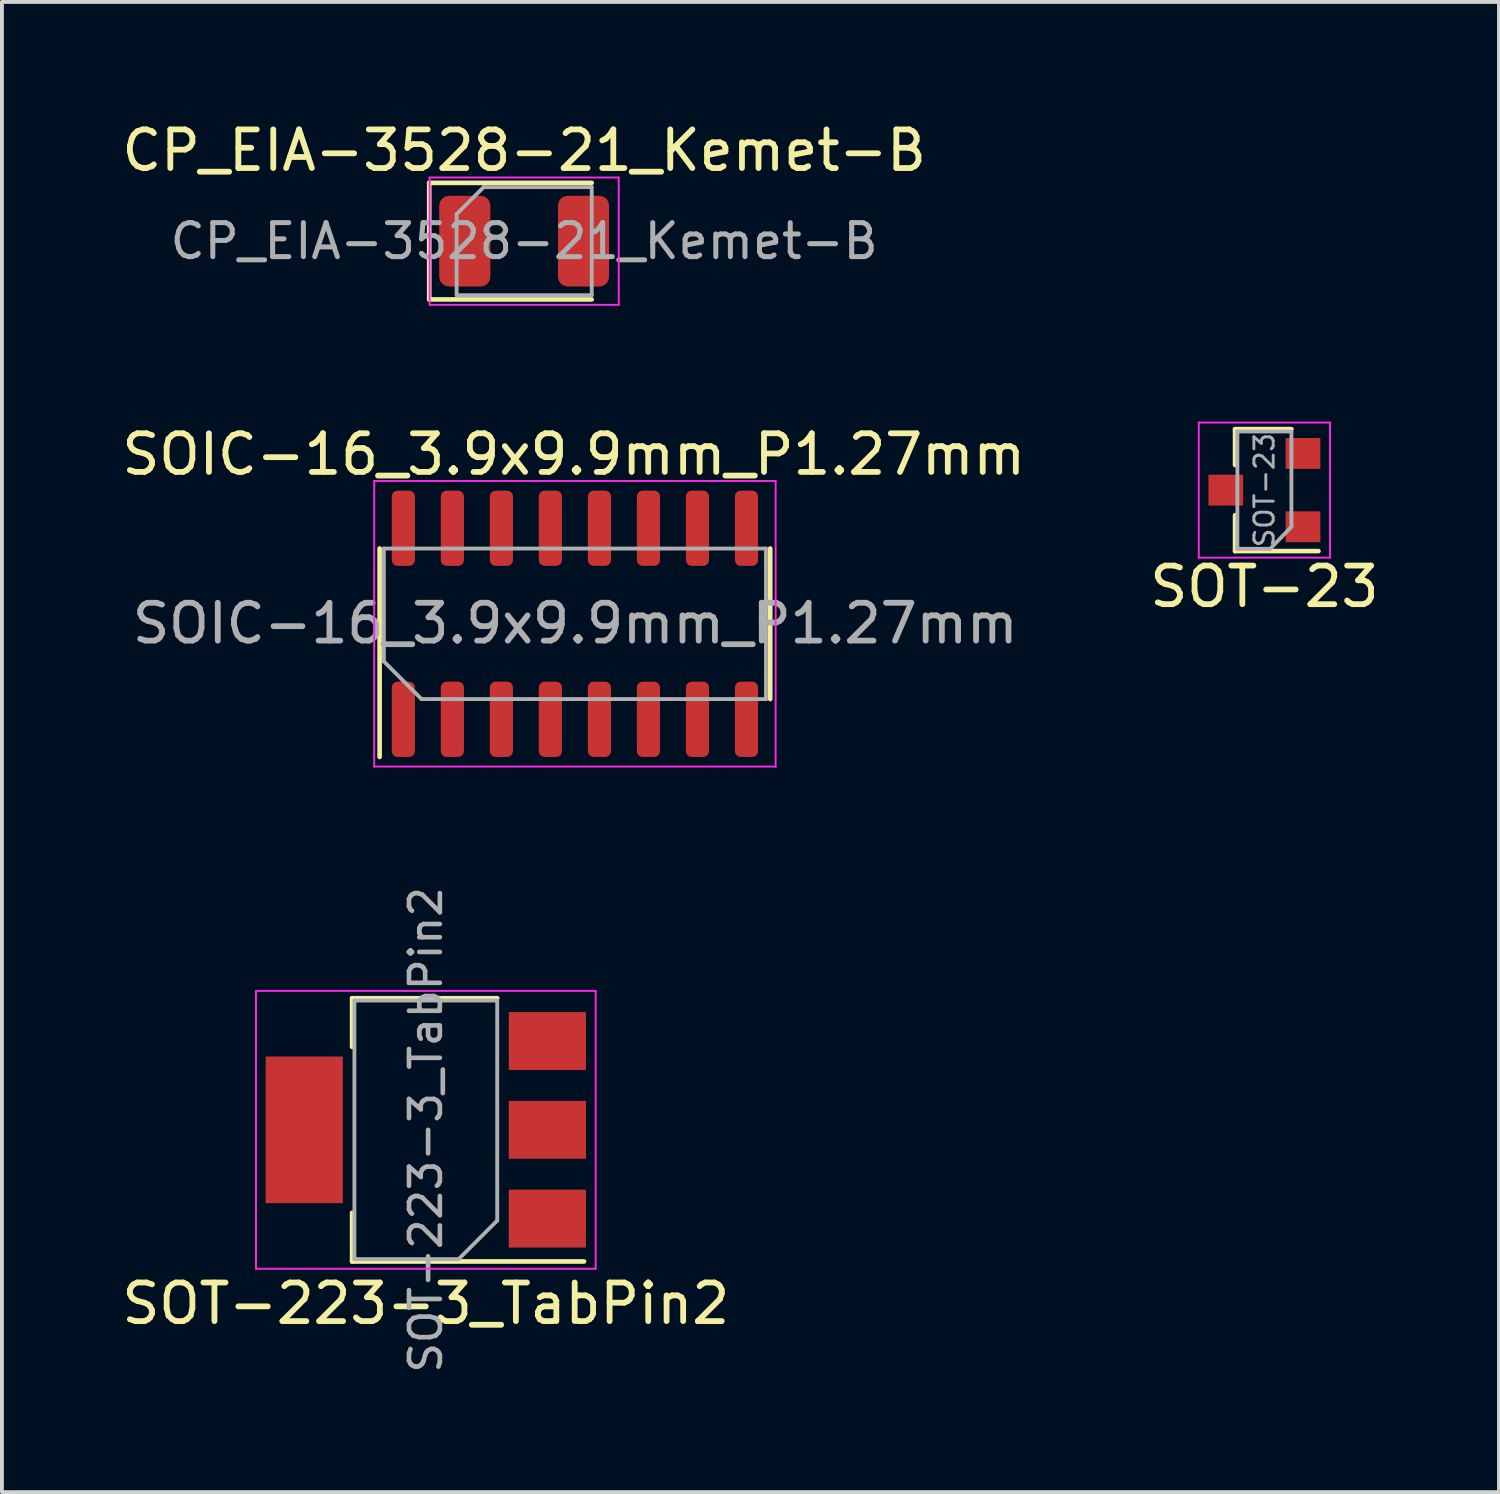
<source format=kicad_pcb>
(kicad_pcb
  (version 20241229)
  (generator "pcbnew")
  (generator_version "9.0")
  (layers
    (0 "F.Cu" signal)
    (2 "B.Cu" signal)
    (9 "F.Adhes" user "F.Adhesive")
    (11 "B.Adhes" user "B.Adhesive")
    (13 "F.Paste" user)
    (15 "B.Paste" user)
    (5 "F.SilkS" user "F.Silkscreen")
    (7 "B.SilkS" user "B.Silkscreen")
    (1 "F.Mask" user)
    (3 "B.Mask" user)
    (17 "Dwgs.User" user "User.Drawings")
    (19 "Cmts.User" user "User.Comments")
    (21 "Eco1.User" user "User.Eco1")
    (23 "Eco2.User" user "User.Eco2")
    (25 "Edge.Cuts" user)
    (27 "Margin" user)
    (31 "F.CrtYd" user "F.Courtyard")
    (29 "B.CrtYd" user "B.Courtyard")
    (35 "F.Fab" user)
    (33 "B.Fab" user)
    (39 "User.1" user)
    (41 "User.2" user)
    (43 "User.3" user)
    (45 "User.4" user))
  (footprint "SOT-223-3_TabPin2"
    (layer "F.Cu")
    (at 7.982 26.222)
    (property "Reference" "SOT-223-3_TabPin2" (at 0 4.5 180) (layer "F.SilkS") (effects (font (size 1 1) (thickness 0.15))))
    (attr smd)
    (fp_line (start -1.91 -3.41) (end -1.91 -2.15) (stroke (width 0.12) (type solid)) (layer "F.SilkS"))
    (fp_line (start -1.91 3.41) (end -1.91 2.15) (stroke (width 0.12) (type solid)) (layer "F.SilkS"))
    (fp_line (start 1.85 -3.41) (end -1.91 -3.41) (stroke (width 0.12) (type solid)) (layer "F.SilkS"))
    (fp_line (start 4.1 3.41) (end -1.91 3.41) (stroke (width 0.12) (type solid)) (layer "F.SilkS"))
    (fp_line (start -4.4 -3.6) (end -4.4 3.6) (stroke (width 0.05) (type solid)) (layer "F.CrtYd"))
    (fp_line (start -4.4 3.6) (end 4.4 3.6) (stroke (width 0.05) (type solid)) (layer "F.CrtYd"))
    (fp_line (start 4.4 -3.6) (end -4.4 -3.6) (stroke (width 0.05) (type solid)) (layer "F.CrtYd"))
    (fp_line (start 4.4 3.6) (end 4.4 -3.6) (stroke (width 0.05) (type solid)) (layer "F.CrtYd"))
    (fp_line (start -1.85 3.35) (end -1.85 -3.35) (stroke (width 0.1) (type solid)) (layer "F.Fab"))
    (fp_line (start 0.85 3.35) (end -1.85 3.35) (stroke (width 0.1) (type solid)) (layer "F.Fab"))
    (fp_line (start 1.85 -3.35) (end -1.85 -3.35) (stroke (width 0.1) (type solid)) (layer "F.Fab"))
    (fp_line (start 1.85 2.35) (end 0.85 3.35) (stroke (width 0.1) (type solid)) (layer "F.Fab"))
    (fp_line (start 1.85 2.35) (end 1.85 -3.35) (stroke (width 0.1) (type solid)) (layer "F.Fab"))
    (fp_text user "${REFERENCE}" (at 0 0 270) (layer "F.Fab") (effects (font (size 0.8 0.8) (thickness 0.12))))
    (pad "1" smd rect (at 3.15 2.3 180) (size 2 1.5) (layers "F.Cu" "F.Mask" "F.Paste"))
    (pad "2" smd rect (at -3.15 0 180) (size 2 3.8) (layers "F.Cu" "F.Mask" "F.Paste"))
    (pad "2" smd rect (at 3.15 0 180) (size 2 1.5) (layers "F.Cu" "F.Mask" "F.Paste"))
    (pad "3" smd rect (at 3.15 -2.3 180) (size 2 1.5) (layers "F.Cu" "F.Mask" "F.Paste")))
  (footprint "SOT-23"
    (layer "F.Cu")
    (at 29.708 9.648)
    (property "Reference" "SOT-23" (at 0 2.5 180) (layer "F.SilkS") (effects (font (size 1 1) (thickness 0.15))))
    (attr smd)
    (fp_line (start -0.76 -1.58) (end -0.76 -0.65) (stroke (width 0.12) (type solid)) (layer "F.SilkS"))
    (fp_line (start -0.76 -1.58) (end 0.7 -1.58) (stroke (width 0.12) (type solid)) (layer "F.SilkS"))
    (fp_line (start -0.76 1.58) (end -0.76 0.65) (stroke (width 0.12) (type solid)) (layer "F.SilkS"))
    (fp_line (start -0.76 1.58) (end 1.4 1.58) (stroke (width 0.12) (type solid)) (layer "F.SilkS"))
    (fp_line (start -1.7 -1.75) (end 1.7 -1.75) (stroke (width 0.05) (type solid)) (layer "F.CrtYd"))
    (fp_line (start -1.7 1.75) (end -1.7 -1.75) (stroke (width 0.05) (type solid)) (layer "F.CrtYd"))
    (fp_line (start 1.7 -1.75) (end 1.7 1.75) (stroke (width 0.05) (type solid)) (layer "F.CrtYd"))
    (fp_line (start 1.7 1.75) (end -1.7 1.75) (stroke (width 0.05) (type solid)) (layer "F.CrtYd"))
    (fp_line (start -0.7 1.52) (end -0.7 -1.52) (stroke (width 0.1) (type solid)) (layer "F.Fab"))
    (fp_line (start 0.15 1.52) (end -0.7 1.52) (stroke (width 0.1) (type solid)) (layer "F.Fab"))
    (fp_line (start 0.7 -1.52) (end -0.7 -1.52) (stroke (width 0.1) (type solid)) (layer "F.Fab"))
    (fp_line (start 0.7 0.95) (end 0.15 1.52) (stroke (width 0.1) (type solid)) (layer "F.Fab"))
    (fp_line (start 0.7 0.95) (end 0.7 -1.5) (stroke (width 0.1) (type solid)) (layer "F.Fab"))
    (fp_text user "${REFERENCE}" (at 0 0 270) (layer "F.Fab") (effects (font (size 0.5 0.5) (thickness 0.075))))
    (pad "1" smd rect (at 1 0.95 180) (size 0.9 0.8) (layers "F.Cu" "F.Mask" "F.Paste"))
    (pad "2" smd rect (at 1 -0.95 180) (size 0.9 0.8) (layers "F.Cu" "F.Mask" "F.Paste"))
    (pad "3" smd rect (at -1 0 180) (size 0.9 0.8) (layers "F.Cu" "F.Mask" "F.Paste")))
  (footprint "SOIC-16_3.9x9.9mm_P1.27mm"
    (layer "F.Cu")
    (at 11.845 13.111)
    (property "Reference" "SOIC-16_3.9x9.9mm_P1.27mm" (at -0.03 -4.39 180) (layer "F.SilkS") (effects (font (size 1 1) (thickness 0.15))))
    (attr smd)
    (fp_line (start -5.06 0) (end -5.06 -1.95) (stroke (width 0.12) (type solid)) (layer "F.SilkS"))
    (fp_line (start -5.06 0) (end -5.06 3.45) (stroke (width 0.12) (type solid)) (layer "F.SilkS"))
    (fp_line (start 5.06 0) (end 5.06 -1.95) (stroke (width 0.12) (type solid)) (layer "F.SilkS"))
    (fp_line (start 5.06 0) (end 5.06 1.95) (stroke (width 0.12) (type solid)) (layer "F.SilkS"))
    (fp_line (start -5.2 -3.7) (end -5.2 3.7) (stroke (width 0.05) (type solid)) (layer "F.CrtYd"))
    (fp_line (start -5.2 3.7) (end 5.2 3.7) (stroke (width 0.05) (type solid)) (layer "F.CrtYd"))
    (fp_line (start 5.2 -3.7) (end -5.2 -3.7) (stroke (width 0.05) (type solid)) (layer "F.CrtYd"))
    (fp_line (start 5.2 3.7) (end 5.2 -3.7) (stroke (width 0.05) (type solid)) (layer "F.CrtYd"))
    (fp_line (start -4.95 -1.95) (end 4.95 -1.95) (stroke (width 0.1) (type solid)) (layer "F.Fab"))
    (fp_line (start -4.95 0.975) (end -4.95 -1.95) (stroke (width 0.1) (type solid)) (layer "F.Fab"))
    (fp_line (start -3.975 1.95) (end -4.95 0.975) (stroke (width 0.1) (type solid)) (layer "F.Fab"))
    (fp_line (start 4.95 -1.95) (end 4.95 1.95) (stroke (width 0.1) (type solid)) (layer "F.Fab"))
    (fp_line (start 4.95 1.95) (end -3.975 1.95) (stroke (width 0.1) (type solid)) (layer "F.Fab"))
    (fp_text user "${REFERENCE}" (at 0.01 -0.01 180) (layer "F.Fab") (effects (font (size 0.98 0.98) (thickness 0.15))))
    (pad "1" smd roundrect (at -4.445 2.475 90) (size 1.95 0.6) (layers "F.Cu" "F.Mask" "F.Paste") (roundrect_rratio 0.25))
    (pad "2" smd roundrect (at -3.175 2.475 90) (size 1.95 0.6) (layers "F.Cu" "F.Mask" "F.Paste") (roundrect_rratio 0.25))
    (pad "3" smd roundrect (at -1.905 2.475 90) (size 1.95 0.6) (layers "F.Cu" "F.Mask" "F.Paste") (roundrect_rratio 0.25))
    (pad "4" smd roundrect (at -0.635 2.475 90) (size 1.95 0.6) (layers "F.Cu" "F.Mask" "F.Paste") (roundrect_rratio 0.25))
    (pad "5" smd roundrect (at 0.635 2.475 90) (size 1.95 0.6) (layers "F.Cu" "F.Mask" "F.Paste") (roundrect_rratio 0.25))
    (pad "6" smd roundrect (at 1.905 2.475 90) (size 1.95 0.6) (layers "F.Cu" "F.Mask" "F.Paste") (roundrect_rratio 0.25))
    (pad "7" smd roundrect (at 3.175 2.475 90) (size 1.95 0.6) (layers "F.Cu" "F.Mask" "F.Paste") (roundrect_rratio 0.25))
    (pad "8" smd roundrect (at 4.445 2.475 90) (size 1.95 0.6) (layers "F.Cu" "F.Mask" "F.Paste") (roundrect_rratio 0.25))
    (pad "9" smd roundrect (at 4.445 -2.475 90) (size 1.95 0.6) (layers "F.Cu" "F.Mask" "F.Paste") (roundrect_rratio 0.25))
    (pad "10" smd roundrect (at 3.175 -2.475 90) (size 1.95 0.6) (layers "F.Cu" "F.Mask" "F.Paste") (roundrect_rratio 0.25))
    (pad "11" smd roundrect (at 1.905 -2.475 90) (size 1.95 0.6) (layers "F.Cu" "F.Mask" "F.Paste") (roundrect_rratio 0.25))
    (pad "12" smd roundrect (at 0.635 -2.475 90) (size 1.95 0.6) (layers "F.Cu" "F.Mask" "F.Paste") (roundrect_rratio 0.25))
    (pad "13" smd roundrect (at -0.635 -2.475 90) (size 1.95 0.6) (layers "F.Cu" "F.Mask" "F.Paste") (roundrect_rratio 0.25))
    (pad "14" smd roundrect (at -1.905 -2.475 90) (size 1.95 0.6) (layers "F.Cu" "F.Mask" "F.Paste") (roundrect_rratio 0.25))
    (pad "15" smd roundrect (at -3.175 -2.475 90) (size 1.95 0.6) (layers "F.Cu" "F.Mask" "F.Paste") (roundrect_rratio 0.25))
    (pad "16" smd roundrect (at -4.445 -2.475 90) (size 1.95 0.6) (layers "F.Cu" "F.Mask" "F.Paste") (roundrect_rratio 0.25)))
  (footprint "CP_EIA-3528-21_Kemet-B"
    (layer "F.Cu")
    (at 10.53 3.198)
    (property "Reference" "CP_EIA-3528-21_Kemet-B" (at 0 -2.35 0) (layer "F.SilkS") (effects (font (size 1 1) (thickness 0.15))))
    (attr smd)
    (fp_line (start -2.46 -1.51) (end -2.46 1.51) (stroke (width 0.12) (type solid)) (layer "F.SilkS"))
    (fp_line (start -2.46 1.51) (end 1.75 1.51) (stroke (width 0.12) (type solid)) (layer "F.SilkS"))
    (fp_line (start 1.75 -1.51) (end -2.46 -1.51) (stroke (width 0.12) (type solid)) (layer "F.SilkS"))
    (fp_line (start -2.45 -1.65) (end 2.45 -1.65) (stroke (width 0.05) (type solid)) (layer "F.CrtYd"))
    (fp_line (start -2.45 1.65) (end -2.45 -1.65) (stroke (width 0.05) (type solid)) (layer "F.CrtYd"))
    (fp_line (start 2.45 -1.65) (end 2.45 1.65) (stroke (width 0.05) (type solid)) (layer "F.CrtYd"))
    (fp_line (start 2.45 1.65) (end -2.45 1.65) (stroke (width 0.05) (type solid)) (layer "F.CrtYd"))
    (fp_line (start -1.75 -0.7) (end -1.75 1.4) (stroke (width 0.1) (type solid)) (layer "F.Fab"))
    (fp_line (start -1.75 1.4) (end 1.75 1.4) (stroke (width 0.1) (type solid)) (layer "F.Fab"))
    (fp_line (start -1.05 -1.4) (end -1.75 -0.7) (stroke (width 0.1) (type solid)) (layer "F.Fab"))
    (fp_line (start 1.75 -1.4) (end -1.05 -1.4) (stroke (width 0.1) (type solid)) (layer "F.Fab"))
    (fp_line (start 1.75 1.4) (end 1.75 -1.4) (stroke (width 0.1) (type solid)) (layer "F.Fab"))
    (fp_text user "${REFERENCE}" (at 0 0 0) (layer "F.Fab") (effects (font (size 0.88 0.88) (thickness 0.13))))
    (pad "1" smd roundrect (at -1.538 0) (size 1.325 2.35) (layers "F.Cu" "F.Mask" "F.Paste") (roundrect_rratio 0.189))
    (pad "2" smd roundrect (at 1.538 0) (size 1.325 2.35) (layers "F.Cu" "F.Mask" "F.Paste") (roundrect_rratio 0.189)))
  (gr_rect
    (start -3 -3)
    (end 35.786 35.608)
    (stroke (width 0.1) (type default))
    (fill no)
    (layer "Edge.Cuts")))
</source>
